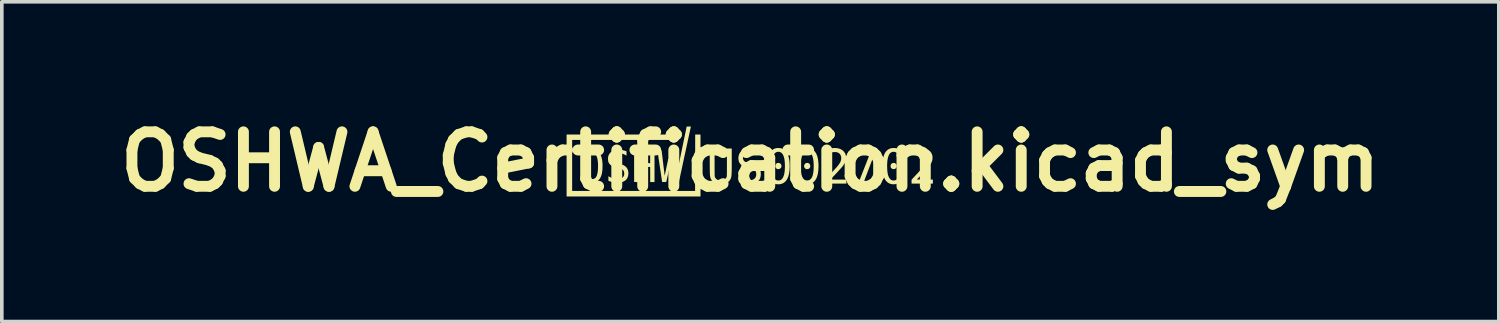
<source format=kicad_pcb>
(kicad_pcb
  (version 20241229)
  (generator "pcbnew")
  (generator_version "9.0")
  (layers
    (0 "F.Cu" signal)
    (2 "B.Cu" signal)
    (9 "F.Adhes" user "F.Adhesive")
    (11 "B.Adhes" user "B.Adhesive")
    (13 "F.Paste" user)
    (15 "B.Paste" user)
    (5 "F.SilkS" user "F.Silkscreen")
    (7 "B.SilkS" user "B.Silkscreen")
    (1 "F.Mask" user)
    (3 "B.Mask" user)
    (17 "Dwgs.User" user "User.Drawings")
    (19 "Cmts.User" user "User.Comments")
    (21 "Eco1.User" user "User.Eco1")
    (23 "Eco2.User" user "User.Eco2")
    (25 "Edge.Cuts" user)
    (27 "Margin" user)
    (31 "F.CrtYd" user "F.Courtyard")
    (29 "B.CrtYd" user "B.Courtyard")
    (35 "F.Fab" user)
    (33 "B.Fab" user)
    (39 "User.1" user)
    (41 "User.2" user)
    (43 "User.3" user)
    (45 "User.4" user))
  (footprint "OSHWA_Certification.kicad_sym"
    (layer "F.Cu")
    (at 17.621 1.404)
    (property "Reference" "OSHWA_Certification.kicad_sym" (at 0 0 0) (layer "F.SilkS") (effects (font (size 1.5 1.5) (thickness 0.3))))
    (attr board_only exclude_from_pos_files exclude_from_bom)
    (fp_poly (pts (xy 1.591 0.037) (xy 1.607 0.043) (xy 1.622 0.053) (xy 1.628 0.059) (xy 1.64 0.074) (xy 1.648 0.09) (xy 1.652 0.107) (xy 1.652 0.12) (xy 1.651 0.14) (xy 1.646 0.156) (xy 1.638 0.17) (xy 1.628 0.181) (xy 1.615 0.192) (xy 1.603 0.199) (xy 1.589 0.203) (xy 1.572 0.205) (xy 1.569 0.205) (xy 1.557 0.206) (xy 1.547 0.205) (xy 1.54 0.203) (xy 1.532 0.2) (xy 1.531 0.2) (xy 1.513 0.188) (xy 1.499 0.173) (xy 1.489 0.156) (xy 1.483 0.137) (xy 1.482 0.116) (xy 1.486 0.096) (xy 1.494 0.077) (xy 1.506 0.06) (xy 1.52 0.047) (xy 1.536 0.039) (xy 1.554 0.035) (xy 1.572 0.035)) (stroke (width 0) (type solid)) (fill yes) (layer "F.SilkS"))
    (fp_poly (pts (xy -2.027 -0.673) (xy -2.027 -0.598) (xy -3.467 -0.598) (xy -4.908 -0.598) (xy -4.908 0.104) (xy -4.908 0.807) (xy -3.215 0.807) (xy -1.521 0.807) (xy -1.521 0.586) (xy -1.521 0.56) (xy -1.521 0.529) (xy -1.521 0.493) (xy -1.521 0.452) (xy -1.521 0.408) (xy -1.521 0.36) (xy -1.521 0.309) (xy -1.521 0.255) (xy -1.521 0.2) (xy -1.52 0.142) (xy -1.52 0.083) (xy -1.52 0.024) (xy -1.52 -0.037) (xy -1.52 -0.097) (xy -1.52 -0.157) (xy -1.519 -0.191) (xy -1.518 -0.748) (xy -1.445 -0.748) (xy -1.372 -0.748) (xy -1.372 0.106) (xy -1.372 0.959) (xy -3.216 0.959) (xy -5.061 0.959) (xy -5.061 0.106) (xy -5.061 -0.748) (xy -3.544 -0.748) (xy -2.027 -0.748)) (stroke (width 0) (type solid)) (fill yes) (layer "F.SilkS"))
    (fp_poly (pts (xy 3.964 0.035) (xy 3.983 0.04) (xy 4 0.05) (xy 4.005 0.055) (xy 4.018 0.069) (xy 4.027 0.083) (xy 4.033 0.099) (xy 4.033 0.103) (xy 4.035 0.124) (xy 4.032 0.145) (xy 4.023 0.164) (xy 4.01 0.181) (xy 3.993 0.195) (xy 3.985 0.199) (xy 3.974 0.203) (xy 3.959 0.205) (xy 3.943 0.206) (xy 3.928 0.204) (xy 3.916 0.201) (xy 3.915 0.2) (xy 3.896 0.189) (xy 3.881 0.174) (xy 3.873 0.163) (xy 3.869 0.155) (xy 3.867 0.148) (xy 3.866 0.139) (xy 3.866 0.128) (xy 3.866 0.121) (xy 3.866 0.105) (xy 3.868 0.092) (xy 3.872 0.081) (xy 3.879 0.07) (xy 3.887 0.061) (xy 3.901 0.048) (xy 3.915 0.04) (xy 3.933 0.035) (xy 3.942 0.034)) (stroke (width 0) (type solid)) (fill yes) (layer "F.SilkS"))
    (fp_poly (pts (xy 0.788 0.035) (xy 0.805 0.039) (xy 0.822 0.049) (xy 0.832 0.057) (xy 0.845 0.073) (xy 0.854 0.09) (xy 0.858 0.109) (xy 0.859 0.12) (xy 0.857 0.14) (xy 0.851 0.158) (xy 0.84 0.174) (xy 0.833 0.181) (xy 0.817 0.194) (xy 0.799 0.202) (xy 0.778 0.206) (xy 0.771 0.206) (xy 0.76 0.205) (xy 0.749 0.204) (xy 0.743 0.202) (xy 0.73 0.196) (xy 0.717 0.186) (xy 0.705 0.174) (xy 0.697 0.162) (xy 0.697 0.162) (xy 0.694 0.154) (xy 0.692 0.147) (xy 0.69 0.138) (xy 0.69 0.126) (xy 0.69 0.121) (xy 0.691 0.105) (xy 0.693 0.092) (xy 0.697 0.081) (xy 0.704 0.07) (xy 0.712 0.061) (xy 0.725 0.048) (xy 0.74 0.04) (xy 0.757 0.035) (xy 0.767 0.034)) (stroke (width 0) (type solid)) (fill yes) (layer "F.SilkS"))
    (fp_poly (pts (xy -3.082 -0.138) (xy -3.081 0.041) (xy -2.92 0.041) (xy -2.759 0.041) (xy -2.758 -0.138) (xy -2.758 -0.316) (xy -2.698 -0.316) (xy -2.639 -0.316) (xy -2.639 0.123) (xy -2.639 0.562) (xy -2.698 0.562) (xy -2.758 0.562) (xy -2.758 0.353) (xy -2.759 0.145) (xy -2.92 0.145) (xy -3.081 0.145) (xy -3.082 0.353) (xy -3.082 0.562) (xy -3.14 0.562) (xy -3.157 0.561) (xy -3.173 0.561) (xy -3.185 0.561) (xy -3.194 0.56) (xy -3.199 0.56) (xy -3.199 0.56) (xy -3.199 0.557) (xy -3.199 0.548) (xy -3.199 0.535) (xy -3.2 0.517) (xy -3.2 0.494) (xy -3.2 0.468) (xy -3.2 0.437) (xy -3.2 0.403) (xy -3.2 0.366) (xy -3.201 0.326) (xy -3.201 0.284) (xy -3.201 0.239) (xy -3.201 0.192) (xy -3.201 0.143) (xy -3.201 0.121) (xy -3.201 -0.316) (xy -3.142 -0.316) (xy -3.082 -0.316)) (stroke (width 0) (type solid)) (fill yes) (layer "F.SilkS"))
    (fp_poly (pts (xy 3.455 -0.334) (xy 3.455 -0.307) (xy 3.298 0.108) (xy 3.28 0.156) (xy 3.262 0.202) (xy 3.246 0.246) (xy 3.229 0.29) (xy 3.214 0.331) (xy 3.199 0.37) (xy 3.185 0.406) (xy 3.173 0.439) (xy 3.161 0.47) (xy 3.151 0.496) (xy 3.143 0.519) (xy 3.136 0.537) (xy 3.13 0.551) (xy 3.127 0.561) (xy 3.126 0.563) (xy 3.111 0.602) (xy 3.043 0.603) (xy 3.024 0.603) (xy 3.007 0.603) (xy 2.993 0.603) (xy 2.983 0.603) (xy 2.976 0.602) (xy 2.975 0.602) (xy 2.976 0.599) (xy 2.979 0.591) (xy 2.984 0.579) (xy 2.99 0.562) (xy 2.998 0.541) (xy 3.008 0.516) (xy 3.019 0.487) (xy 3.032 0.456) (xy 3.045 0.421) (xy 3.06 0.383) (xy 3.076 0.343) (xy 3.092 0.301) (xy 3.109 0.257) (xy 3.127 0.211) (xy 3.141 0.176) (xy 3.307 -0.247) (xy 3.078 -0.248) (xy 2.848 -0.248) (xy 2.848 -0.305) (xy 2.848 -0.361) (xy 3.151 -0.361) (xy 3.455 -0.361)) (stroke (width 0) (type solid)) (fill yes) (layer "F.SilkS"))
    (fp_poly (pts (xy 4.725 -0.376) (xy 4.746 -0.375) (xy 4.764 -0.374) (xy 4.771 -0.373) (xy 4.813 -0.365) (xy 4.85 -0.353) (xy 4.884 -0.337) (xy 4.915 -0.317) (xy 4.943 -0.293) (xy 4.955 -0.282) (xy 4.967 -0.268) (xy 4.977 -0.256) (xy 4.985 -0.244) (xy 4.992 -0.229) (xy 4.993 -0.227) (xy 5.004 -0.203) (xy 5.012 -0.181) (xy 5.017 -0.158) (xy 5.02 -0.133) (xy 5.02 -0.117) (xy 5.02 -0.085) (xy 5.016 -0.053) (xy 5.009 -0.021) (xy 4.997 0.01) (xy 4.982 0.042) (xy 4.962 0.075) (xy 4.938 0.11) (xy 4.909 0.147) (xy 4.893 0.165) (xy 4.879 0.181) (xy 4.861 0.202) (xy 4.84 0.225) (xy 4.815 0.251) (xy 4.789 0.28) (xy 4.76 0.311) (xy 4.73 0.343) (xy 4.698 0.377) (xy 4.665 0.412) (xy 4.65 0.427) (xy 4.589 0.492) (xy 4.809 0.493) (xy 5.03 0.494) (xy 5.03 0.549) (xy 5.03 0.604) (xy 4.736 0.604) (xy 4.443 0.604) (xy 4.443 0.55) (xy 4.443 0.497) (xy 4.542 0.39) (xy 4.579 0.351) (xy 4.612 0.316) (xy 4.641 0.284) (xy 4.668 0.256) (xy 4.691 0.23) (xy 4.712 0.207) (xy 4.731 0.187) (xy 4.747 0.168) (xy 4.762 0.152) (xy 4.774 0.137) (xy 4.786 0.123) (xy 4.796 0.11) (xy 4.806 0.098) (xy 4.814 0.086) (xy 4.823 0.075) (xy 4.831 0.063) (xy 4.837 0.053) (xy 4.852 0.029) (xy 4.865 0.003) (xy 4.876 -0.023) (xy 4.881 -0.039) (xy 4.885 -0.06) (xy 4.887 -0.085) (xy 4.886 -0.11) (xy 4.884 -0.134) (xy 4.881 -0.151) (xy 4.87 -0.178) (xy 4.856 -0.203) (xy 4.838 -0.223) (xy 4.815 -0.24) (xy 4.789 -0.252) (xy 4.76 -0.261) (xy 4.727 -0.265) (xy 4.712 -0.266) (xy 4.674 -0.264) (xy 4.635 -0.257) (xy 4.595 -0.247) (xy 4.554 -0.232) (xy 4.511 -0.212) (xy 4.47 -0.191) (xy 4.451 -0.18) (xy 4.451 -0.247) (xy 4.451 -0.313) (xy 4.467 -0.321) (xy 4.499 -0.334) (xy 4.532 -0.346) (xy 4.567 -0.356) (xy 4.601 -0.365) (xy 4.632 -0.371) (xy 4.643 -0.373) (xy 4.66 -0.374) (xy 4.68 -0.375) (xy 4.702 -0.376)) (stroke (width 0) (type solid)) (fill yes) (layer "F.SilkS"))
    (fp_poly (pts (xy 2.359 -0.375) (xy 2.401 -0.37) (xy 2.439 -0.362) (xy 2.474 -0.351) (xy 2.506 -0.336) (xy 2.536 -0.316) (xy 2.54 -0.313) (xy 2.567 -0.29) (xy 2.59 -0.262) (xy 2.61 -0.232) (xy 2.625 -0.198) (xy 2.631 -0.179) (xy 2.634 -0.17) (xy 2.635 -0.161) (xy 2.636 -0.151) (xy 2.637 -0.139) (xy 2.637 -0.123) (xy 2.637 -0.107) (xy 2.637 -0.088) (xy 2.637 -0.074) (xy 2.636 -0.062) (xy 2.635 -0.052) (xy 2.633 -0.043) (xy 2.631 -0.034) (xy 2.622 -0.005) (xy 2.609 0.024) (xy 2.593 0.054) (xy 2.573 0.086) (xy 2.549 0.119) (xy 2.521 0.154) (xy 2.509 0.168) (xy 2.499 0.179) (xy 2.486 0.194) (xy 2.47 0.212) (xy 2.451 0.232) (xy 2.431 0.254) (xy 2.41 0.277) (xy 2.387 0.302) (xy 2.365 0.326) (xy 2.342 0.35) (xy 2.321 0.373) (xy 2.3 0.394) (xy 2.286 0.409) (xy 2.271 0.425) (xy 2.257 0.44) (xy 2.244 0.454) (xy 2.233 0.465) (xy 2.224 0.474) (xy 2.219 0.48) (xy 2.219 0.48) (xy 2.207 0.494) (xy 2.427 0.494) (xy 2.648 0.494) (xy 2.648 0.549) (xy 2.648 0.604) (xy 2.355 0.604) (xy 2.063 0.604) (xy 2.063 0.548) (xy 2.063 0.492) (xy 2.073 0.482) (xy 2.078 0.478) (xy 2.087 0.469) (xy 2.098 0.457) (xy 2.112 0.442) (xy 2.128 0.425) (xy 2.146 0.406) (xy 2.165 0.385) (xy 2.186 0.363) (xy 2.207 0.34) (xy 2.229 0.317) (xy 2.25 0.294) (xy 2.271 0.271) (xy 2.291 0.249) (xy 2.31 0.229) (xy 2.327 0.21) (xy 2.342 0.194) (xy 2.354 0.18) (xy 2.364 0.17) (xy 2.368 0.165) (xy 2.398 0.131) (xy 2.423 0.099) (xy 2.445 0.07) (xy 2.462 0.043) (xy 2.477 0.017) (xy 2.488 -0.007) (xy 2.496 -0.031) (xy 2.502 -0.055) (xy 2.505 -0.079) (xy 2.505 -0.085) (xy 2.505 -0.117) (xy 2.5 -0.148) (xy 2.49 -0.175) (xy 2.476 -0.2) (xy 2.458 -0.221) (xy 2.436 -0.238) (xy 2.41 -0.252) (xy 2.381 -0.261) (xy 2.379 -0.261) (xy 2.353 -0.265) (xy 2.324 -0.265) (xy 2.292 -0.263) (xy 2.259 -0.259) (xy 2.226 -0.251) (xy 2.226 -0.251) (xy 2.201 -0.243) (xy 2.174 -0.233) (xy 2.144 -0.219) (xy 2.112 -0.203) (xy 2.069 -0.181) (xy 2.069 -0.247) (xy 2.069 -0.313) (xy 2.082 -0.319) (xy 2.136 -0.341) (xy 2.189 -0.357) (xy 2.24 -0.369) (xy 2.291 -0.375) (xy 2.34 -0.376)) (stroke (width 0) (type solid)) (fill yes) (layer "F.SilkS"))
    (fp_poly (pts (xy -0.984 0.015) (xy -0.984 0.077) (xy -0.984 0.134) (xy -0.984 0.185) (xy -0.983 0.231) (xy -0.983 0.271) (xy -0.983 0.306) (xy -0.982 0.336) (xy -0.982 0.36) (xy -0.981 0.379) (xy -0.981 0.393) (xy -0.98 0.402) (xy -0.98 0.405) (xy -0.973 0.428) (xy -0.96 0.451) (xy -0.945 0.47) (xy -0.926 0.487) (xy -0.922 0.49) (xy -0.899 0.501) (xy -0.874 0.509) (xy -0.845 0.514) (xy -0.816 0.516) (xy -0.787 0.515) (xy -0.758 0.51) (xy -0.733 0.503) (xy -0.721 0.498) (xy -0.698 0.483) (xy -0.678 0.464) (xy -0.662 0.443) (xy -0.657 0.432) (xy -0.655 0.428) (xy -0.653 0.424) (xy -0.652 0.419) (xy -0.651 0.415) (xy -0.649 0.409) (xy -0.648 0.402) (xy -0.648 0.394) (xy -0.647 0.384) (xy -0.646 0.372) (xy -0.646 0.358) (xy -0.645 0.341) (xy -0.645 0.322) (xy -0.644 0.299) (xy -0.644 0.273) (xy -0.644 0.243) (xy -0.644 0.208) (xy -0.644 0.17) (xy -0.644 0.127) (xy -0.644 0.079) (xy -0.644 0.025) (xy -0.644 0.008) (xy -0.644 -0.361) (xy -0.577 -0.361) (xy -0.511 -0.361) (xy -0.511 -0.061) (xy -0.511 -0.001) (xy -0.511 0.053) (xy -0.511 0.103) (xy -0.511 0.148) (xy -0.512 0.188) (xy -0.512 0.224) (xy -0.513 0.257) (xy -0.514 0.286) (xy -0.515 0.311) (xy -0.516 0.334) (xy -0.517 0.354) (xy -0.518 0.372) (xy -0.52 0.388) (xy -0.522 0.402) (xy -0.524 0.414) (xy -0.526 0.426) (xy -0.529 0.437) (xy -0.532 0.447) (xy -0.534 0.453) (xy -0.547 0.484) (xy -0.564 0.513) (xy -0.587 0.539) (xy -0.613 0.562) (xy -0.643 0.582) (xy -0.676 0.598) (xy -0.712 0.611) (xy -0.739 0.617) (xy -0.757 0.619) (xy -0.779 0.621) (xy -0.803 0.622) (xy -0.827 0.622) (xy -0.848 0.622) (xy -0.862 0.621) (xy -0.903 0.614) (xy -0.941 0.602) (xy -0.977 0.587) (xy -1.01 0.566) (xy -1.039 0.542) (xy -1.053 0.528) (xy -1.064 0.514) (xy -1.074 0.496) (xy -1.085 0.476) (xy -1.093 0.456) (xy -1.1 0.436) (xy -1.101 0.433) (xy -1.103 0.425) (xy -1.105 0.416) (xy -1.106 0.408) (xy -1.108 0.399) (xy -1.109 0.389) (xy -1.11 0.378) (xy -1.112 0.366) (xy -1.112 0.352) (xy -1.113 0.336) (xy -1.114 0.318) (xy -1.114 0.297) (xy -1.115 0.273) (xy -1.115 0.246) (xy -1.116 0.215) (xy -1.116 0.18) (xy -1.116 0.141) (xy -1.117 0.097) (xy -1.117 0.048) (xy -1.117 -0.006) (xy -1.117 -0.016) (xy -1.118 -0.361) (xy -1.052 -0.361) (xy -0.985 -0.361)) (stroke (width 0) (type solid)) (fill yes) (layer "F.SilkS"))
    (fp_poly (pts (xy 4 -0.373) (xy 4.037 -0.364) (xy 4.071 -0.351) (xy 4.103 -0.333) (xy 4.131 -0.311) (xy 4.14 -0.303) (xy 4.165 -0.273) (xy 4.188 -0.24) (xy 4.207 -0.203) (xy 4.223 -0.161) (xy 4.236 -0.114) (xy 4.244 -0.08) (xy 4.251 -0.036) (xy 4.256 0.013) (xy 4.259 0.064) (xy 4.26 0.116) (xy 4.259 0.168) (xy 4.257 0.22) (xy 4.252 0.269) (xy 4.246 0.315) (xy 4.242 0.333) (xy 4.23 0.383) (xy 4.215 0.428) (xy 4.197 0.469) (xy 4.176 0.505) (xy 4.153 0.536) (xy 4.126 0.562) (xy 4.096 0.584) (xy 4.076 0.595) (xy 4.044 0.609) (xy 4.009 0.618) (xy 3.972 0.622) (xy 3.934 0.623) (xy 3.899 0.62) (xy 3.862 0.611) (xy 3.827 0.598) (xy 3.795 0.58) (xy 3.766 0.557) (xy 3.74 0.529) (xy 3.717 0.496) (xy 3.697 0.459) (xy 3.679 0.417) (xy 3.665 0.37) (xy 3.654 0.318) (xy 3.645 0.261) (xy 3.643 0.247) (xy 3.642 0.232) (xy 3.641 0.212) (xy 3.64 0.189) (xy 3.64 0.163) (xy 3.64 0.137) (xy 3.77 0.137) (xy 3.771 0.182) (xy 3.773 0.225) (xy 3.777 0.266) (xy 3.782 0.302) (xy 3.782 0.306) (xy 3.789 0.343) (xy 3.798 0.377) (xy 3.809 0.408) (xy 3.821 0.434) (xy 3.823 0.439) (xy 3.832 0.452) (xy 3.843 0.466) (xy 3.855 0.48) (xy 3.868 0.492) (xy 3.88 0.501) (xy 3.886 0.505) (xy 3.908 0.513) (xy 3.933 0.518) (xy 3.96 0.518) (xy 3.981 0.515) (xy 4.006 0.507) (xy 4.029 0.494) (xy 4.049 0.475) (xy 4.067 0.452) (xy 4.083 0.423) (xy 4.097 0.39) (xy 4.108 0.351) (xy 4.116 0.308) (xy 4.118 0.296) (xy 4.123 0.253) (xy 4.127 0.209) (xy 4.129 0.161) (xy 4.129 0.109) (xy 4.129 0.092) (xy 4.126 0.037) (xy 4.122 -0.013) (xy 4.117 -0.058) (xy 4.109 -0.099) (xy 4.1 -0.135) (xy 4.088 -0.167) (xy 4.074 -0.195) (xy 4.059 -0.219) (xy 4.041 -0.238) (xy 4.02 -0.253) (xy 3.996 -0.264) (xy 3.971 -0.271) (xy 3.944 -0.272) (xy 3.928 -0.271) (xy 3.902 -0.265) (xy 3.879 -0.253) (xy 3.858 -0.238) (xy 3.839 -0.217) (xy 3.823 -0.192) (xy 3.809 -0.161) (xy 3.797 -0.126) (xy 3.787 -0.085) (xy 3.779 -0.04) (xy 3.778 -0.031) (xy 3.774 0.006) (xy 3.772 0.048) (xy 3.77 0.092) (xy 3.77 0.137) (xy 3.64 0.137) (xy 3.64 0.136) (xy 3.64 0.108) (xy 3.64 0.08) (xy 3.64 0.055) (xy 3.641 0.031) (xy 3.642 0.012) (xy 3.643 -0.003) (xy 3.646 -0.026) (xy 3.65 -0.052) (xy 3.655 -0.078) (xy 3.661 -0.105) (xy 3.667 -0.129) (xy 3.672 -0.151) (xy 3.677 -0.164) (xy 3.694 -0.206) (xy 3.713 -0.244) (xy 3.736 -0.277) (xy 3.762 -0.306) (xy 3.79 -0.329) (xy 3.82 -0.348) (xy 3.853 -0.362) (xy 3.86 -0.364) (xy 3.872 -0.368) (xy 3.882 -0.37) (xy 3.891 -0.372) (xy 3.9 -0.373) (xy 3.913 -0.375) (xy 3.92 -0.375) (xy 3.961 -0.377)) (stroke (width 0) (type solid)) (fill yes) (layer "F.SilkS"))
    (fp_poly (pts (xy 1.587 -0.376) (xy 1.597 -0.375) (xy 1.636 -0.369) (xy 1.671 -0.359) (xy 1.704 -0.344) (xy 1.733 -0.325) (xy 1.757 -0.304) (xy 1.782 -0.275) (xy 1.803 -0.244) (xy 1.822 -0.209) (xy 1.838 -0.17) (xy 1.852 -0.126) (xy 1.856 -0.109) (xy 1.864 -0.071) (xy 1.87 -0.029) (xy 1.875 0.016) (xy 1.878 0.063) (xy 1.879 0.111) (xy 1.879 0.158) (xy 1.877 0.186) (xy 1.874 0.237) (xy 1.869 0.283) (xy 1.862 0.325) (xy 1.854 0.363) (xy 1.844 0.398) (xy 1.833 0.431) (xy 1.819 0.462) (xy 1.817 0.466) (xy 1.796 0.503) (xy 1.772 0.534) (xy 1.745 0.561) (xy 1.716 0.583) (xy 1.684 0.6) (xy 1.648 0.613) (xy 1.639 0.615) (xy 1.624 0.618) (xy 1.605 0.62) (xy 1.585 0.622) (xy 1.564 0.623) (xy 1.544 0.622) (xy 1.528 0.621) (xy 1.524 0.621) (xy 1.485 0.612) (xy 1.45 0.6) (xy 1.419 0.583) (xy 1.39 0.561) (xy 1.364 0.535) (xy 1.341 0.504) (xy 1.32 0.468) (xy 1.314 0.456) (xy 1.301 0.427) (xy 1.29 0.395) (xy 1.281 0.361) (xy 1.273 0.323) (xy 1.266 0.28) (xy 1.264 0.267) (xy 1.262 0.246) (xy 1.26 0.22) (xy 1.258 0.191) (xy 1.258 0.16) (xy 1.257 0.143) (xy 1.389 0.143) (xy 1.389 0.185) (xy 1.391 0.225) (xy 1.394 0.262) (xy 1.398 0.294) (xy 1.399 0.297) (xy 1.407 0.342) (xy 1.418 0.382) (xy 1.431 0.416) (xy 1.446 0.446) (xy 1.464 0.471) (xy 1.484 0.491) (xy 1.506 0.505) (xy 1.53 0.515) (xy 1.557 0.519) (xy 1.585 0.518) (xy 1.596 0.516) (xy 1.619 0.509) (xy 1.642 0.497) (xy 1.663 0.479) (xy 1.665 0.477) (xy 1.683 0.456) (xy 1.699 0.43) (xy 1.712 0.399) (xy 1.723 0.363) (xy 1.732 0.322) (xy 1.739 0.276) (xy 1.744 0.225) (xy 1.746 0.169) (xy 1.747 0.123) (xy 1.746 0.062) (xy 1.743 0.007) (xy 1.737 -0.043) (xy 1.729 -0.089) (xy 1.719 -0.129) (xy 1.707 -0.164) (xy 1.693 -0.195) (xy 1.676 -0.22) (xy 1.658 -0.239) (xy 1.637 -0.254) (xy 1.613 -0.265) (xy 1.588 -0.271) (xy 1.562 -0.273) (xy 1.536 -0.269) (xy 1.512 -0.261) (xy 1.489 -0.248) (xy 1.48 -0.241) (xy 1.461 -0.222) (xy 1.445 -0.198) (xy 1.43 -0.169) (xy 1.418 -0.136) (xy 1.408 -0.099) (xy 1.4 -0.058) (xy 1.399 -0.052) (xy 1.395 -0.019) (xy 1.392 0.018) (xy 1.39 0.059) (xy 1.389 0.101) (xy 1.389 0.143) (xy 1.257 0.143) (xy 1.257 0.128) (xy 1.257 0.095) (xy 1.258 0.064) (xy 1.259 0.035) (xy 1.26 0.009) (xy 1.263 -0.012) (xy 1.263 -0.013) (xy 1.271 -0.067) (xy 1.282 -0.117) (xy 1.294 -0.161) (xy 1.31 -0.202) (xy 1.327 -0.237) (xy 1.348 -0.269) (xy 1.371 -0.297) (xy 1.373 -0.299) (xy 1.397 -0.321) (xy 1.423 -0.34) (xy 1.452 -0.354) (xy 1.484 -0.366) (xy 1.502 -0.371) (xy 1.514 -0.373) (xy 1.531 -0.375) (xy 1.549 -0.376) (xy 1.569 -0.376)) (stroke (width 0) (type solid)) (fill yes) (layer "F.SilkS"))
    (fp_poly (pts (xy 0.8 -0.375) (xy 0.824 -0.372) (xy 0.846 -0.369) (xy 0.852 -0.367) (xy 0.888 -0.355) (xy 0.92 -0.338) (xy 0.95 -0.316) (xy 0.977 -0.289) (xy 1.001 -0.258) (xy 1.022 -0.222) (xy 1.04 -0.181) (xy 1.055 -0.136) (xy 1.067 -0.087) (xy 1.068 -0.08) (xy 1.076 -0.034) (xy 1.081 0.016) (xy 1.084 0.069) (xy 1.085 0.123) (xy 1.084 0.178) (xy 1.081 0.231) (xy 1.075 0.282) (xy 1.071 0.312) (xy 1.06 0.363) (xy 1.047 0.409) (xy 1.03 0.452) (xy 1.01 0.489) (xy 0.987 0.523) (xy 0.961 0.551) (xy 0.933 0.575) (xy 0.901 0.594) (xy 0.867 0.609) (xy 0.83 0.618) (xy 0.791 0.623) (xy 0.77 0.623) (xy 0.755 0.623) (xy 0.739 0.622) (xy 0.724 0.62) (xy 0.722 0.619) (xy 0.684 0.61) (xy 0.65 0.597) (xy 0.618 0.578) (xy 0.589 0.555) (xy 0.563 0.527) (xy 0.54 0.494) (xy 0.521 0.459) (xy 0.506 0.422) (xy 0.492 0.381) (xy 0.482 0.338) (xy 0.476 0.306) (xy 0.473 0.287) (xy 0.47 0.27) (xy 0.469 0.256) (xy 0.467 0.241) (xy 0.466 0.227) (xy 0.465 0.212) (xy 0.465 0.194) (xy 0.464 0.174) (xy 0.464 0.15) (xy 0.464 0.123) (xy 0.464 0.12) (xy 0.594 0.12) (xy 0.595 0.166) (xy 0.597 0.21) (xy 0.6 0.253) (xy 0.604 0.292) (xy 0.61 0.327) (xy 0.613 0.34) (xy 0.623 0.38) (xy 0.636 0.415) (xy 0.652 0.445) (xy 0.67 0.47) (xy 0.69 0.491) (xy 0.713 0.506) (xy 0.716 0.508) (xy 0.732 0.513) (xy 0.751 0.517) (xy 0.772 0.518) (xy 0.793 0.517) (xy 0.806 0.515) (xy 0.831 0.507) (xy 0.853 0.494) (xy 0.874 0.475) (xy 0.892 0.452) (xy 0.908 0.423) (xy 0.921 0.389) (xy 0.932 0.35) (xy 0.932 0.35) (xy 0.94 0.315) (xy 0.945 0.276) (xy 0.95 0.233) (xy 0.952 0.187) (xy 0.954 0.139) (xy 0.953 0.09) (xy 0.953 0.087) (xy 0.951 0.037) (xy 0.948 -0.008) (xy 0.943 -0.048) (xy 0.937 -0.085) (xy 0.929 -0.118) (xy 0.919 -0.148) (xy 0.908 -0.175) (xy 0.906 -0.179) (xy 0.891 -0.207) (xy 0.872 -0.23) (xy 0.851 -0.248) (xy 0.828 -0.261) (xy 0.804 -0.27) (xy 0.777 -0.273) (xy 0.753 -0.271) (xy 0.726 -0.264) (xy 0.703 -0.253) (xy 0.681 -0.236) (xy 0.662 -0.214) (xy 0.645 -0.187) (xy 0.631 -0.155) (xy 0.619 -0.118) (xy 0.611 -0.085) (xy 0.605 -0.05) (xy 0.6 -0.011) (xy 0.597 0.031) (xy 0.595 0.075) (xy 0.594 0.12) (xy 0.464 0.12) (xy 0.464 0.094) (xy 0.465 0.07) (xy 0.465 0.05) (xy 0.465 0.033) (xy 0.466 0.017) (xy 0.467 0.003) (xy 0.469 -0.011) (xy 0.471 -0.026) (xy 0.473 -0.043) (xy 0.476 -0.061) (xy 0.487 -0.115) (xy 0.502 -0.165) (xy 0.521 -0.212) (xy 0.526 -0.221) (xy 0.546 -0.257) (xy 0.568 -0.287) (xy 0.593 -0.313) (xy 0.622 -0.335) (xy 0.653 -0.352) (xy 0.689 -0.365) (xy 0.708 -0.371) (xy 0.727 -0.374) (xy 0.75 -0.376) (xy 0.774 -0.376)) (stroke (width 0) (type solid)) (fill yes) (layer "F.SilkS"))
    (fp_poly (pts (xy 0.026 -0.375) (xy 0.073 -0.37) (xy 0.12 -0.361) (xy 0.168 -0.349) (xy 0.215 -0.334) (xy 0.219 -0.332) (xy 0.234 -0.327) (xy 0.234 -0.261) (xy 0.234 -0.242) (xy 0.234 -0.226) (xy 0.234 -0.212) (xy 0.234 -0.202) (xy 0.233 -0.196) (xy 0.233 -0.195) (xy 0.231 -0.196) (xy 0.224 -0.2) (xy 0.214 -0.205) (xy 0.203 -0.212) (xy 0.2 -0.213) (xy 0.165 -0.231) (xy 0.129 -0.246) (xy 0.092 -0.257) (xy 0.057 -0.265) (xy 0.021 -0.269) (xy -0.013 -0.27) (xy -0.045 -0.267) (xy -0.076 -0.262) (xy -0.104 -0.253) (xy -0.129 -0.24) (xy -0.152 -0.225) (xy -0.17 -0.207) (xy -0.185 -0.185) (xy -0.195 -0.161) (xy -0.2 -0.135) (xy -0.202 -0.108) (xy -0.2 -0.082) (xy -0.193 -0.057) (xy -0.189 -0.047) (xy -0.181 -0.032) (xy -0.17 -0.018) (xy -0.156 -0.006) (xy -0.138 0.005) (xy -0.117 0.015) (xy -0.092 0.025) (xy -0.063 0.034) (xy -0.028 0.043) (xy -0.006 0.048) (xy 0.035 0.058) (xy 0.071 0.068) (xy 0.103 0.078) (xy 0.13 0.089) (xy 0.155 0.101) (xy 0.177 0.114) (xy 0.197 0.128) (xy 0.209 0.137) (xy 0.222 0.151) (xy 0.236 0.167) (xy 0.249 0.185) (xy 0.26 0.203) (xy 0.264 0.21) (xy 0.275 0.24) (xy 0.284 0.274) (xy 0.288 0.31) (xy 0.29 0.347) (xy 0.287 0.384) (xy 0.281 0.42) (xy 0.272 0.453) (xy 0.263 0.476) (xy 0.245 0.506) (xy 0.222 0.533) (xy 0.196 0.557) (xy 0.165 0.578) (xy 0.131 0.595) (xy 0.105 0.604) (xy 0.071 0.613) (xy 0.033 0.619) (xy -0.007 0.622) (xy -0.049 0.623) (xy -0.092 0.621) (xy -0.11 0.619) (xy -0.165 0.611) (xy -0.218 0.599) (xy -0.269 0.584) (xy -0.303 0.57) (xy -0.316 0.565) (xy -0.316 0.495) (xy -0.316 0.426) (xy -0.306 0.432) (xy -0.264 0.455) (xy -0.226 0.474) (xy -0.19 0.489) (xy -0.154 0.501) (xy -0.119 0.509) (xy -0.083 0.514) (xy -0.056 0.516) (xy -0.015 0.515) (xy 0.021 0.511) (xy 0.054 0.502) (xy 0.083 0.49) (xy 0.108 0.473) (xy 0.124 0.458) (xy 0.141 0.438) (xy 0.152 0.416) (xy 0.16 0.391) (xy 0.164 0.364) (xy 0.164 0.347) (xy 0.162 0.317) (xy 0.157 0.29) (xy 0.147 0.267) (xy 0.133 0.247) (xy 0.115 0.229) (xy 0.091 0.214) (xy 0.063 0.201) (xy 0.054 0.198) (xy 0.045 0.194) (xy 0.031 0.19) (xy 0.014 0.186) (xy -0.005 0.181) (xy -0.025 0.176) (xy -0.034 0.174) (xy -0.054 0.169) (xy -0.074 0.164) (xy -0.093 0.159) (xy -0.108 0.155) (xy -0.12 0.152) (xy -0.124 0.151) (xy -0.166 0.136) (xy -0.203 0.119) (xy -0.235 0.099) (xy -0.263 0.076) (xy -0.285 0.051) (xy -0.302 0.023) (xy -0.312 0.002) (xy -0.321 -0.029) (xy -0.326 -0.064) (xy -0.327 -0.099) (xy -0.325 -0.135) (xy -0.318 -0.17) (xy -0.308 -0.203) (xy -0.3 -0.221) (xy -0.281 -0.253) (xy -0.258 -0.282) (xy -0.23 -0.308) (xy -0.199 -0.33) (xy -0.165 -0.348) (xy -0.14 -0.358) (xy -0.103 -0.368) (xy -0.063 -0.374) (xy -0.019 -0.376)) (stroke (width 0) (type solid)) (fill yes) (layer "F.SilkS"))
    (fp_poly (pts (xy -4.341 -0.331) (xy -4.314 -0.328) (xy -4.291 -0.324) (xy -4.286 -0.323) (xy -4.275 -0.32) (xy -4.261 -0.315) (xy -4.246 -0.309) (xy -4.237 -0.304) (xy -4.224 -0.298) (xy -4.214 -0.292) (xy -4.205 -0.285) (xy -4.196 -0.278) (xy -4.185 -0.267) (xy -4.179 -0.261) (xy -4.157 -0.237) (xy -4.139 -0.212) (xy -4.123 -0.184) (xy -4.11 -0.152) (xy -4.098 -0.116) (xy -4.096 -0.106) (xy -4.086 -0.065) (xy -4.079 -0.021) (xy -4.074 0.027) (xy -4.071 0.077) (xy -4.071 0.127) (xy -4.072 0.177) (xy -4.075 0.227) (xy -4.08 0.273) (xy -4.088 0.317) (xy -4.094 0.347) (xy -4.108 0.391) (xy -4.124 0.43) (xy -4.143 0.465) (xy -4.165 0.494) (xy -4.189 0.519) (xy -4.216 0.54) (xy -4.247 0.556) (xy -4.266 0.563) (xy -4.297 0.571) (xy -4.331 0.576) (xy -4.366 0.578) (xy -4.4 0.577) (xy -4.419 0.574) (xy -4.456 0.565) (xy -4.489 0.552) (xy -4.519 0.534) (xy -4.546 0.512) (xy -4.57 0.486) (xy -4.59 0.455) (xy -4.608 0.419) (xy -4.624 0.379) (xy -4.636 0.336) (xy -4.639 0.321) (xy -4.642 0.305) (xy -4.645 0.287) (xy -4.648 0.266) (xy -4.65 0.246) (xy -4.652 0.232) (xy -4.653 0.213) (xy -4.654 0.192) (xy -4.654 0.168) (xy -4.655 0.142) (xy -4.655 0.134) (xy -4.53 0.134) (xy -4.53 0.162) (xy -4.529 0.189) (xy -4.529 0.214) (xy -4.528 0.235) (xy -4.526 0.251) (xy -4.526 0.254) (xy -4.521 0.292) (xy -4.515 0.325) (xy -4.509 0.354) (xy -4.501 0.378) (xy -4.492 0.4) (xy -4.481 0.418) (xy -4.469 0.434) (xy -4.467 0.436) (xy -4.45 0.453) (xy -4.431 0.465) (xy -4.411 0.473) (xy -4.387 0.478) (xy -4.36 0.479) (xy -4.355 0.479) (xy -4.341 0.478) (xy -4.33 0.478) (xy -4.321 0.476) (xy -4.314 0.474) (xy -4.305 0.47) (xy -4.303 0.469) (xy -4.292 0.463) (xy -4.28 0.456) (xy -4.272 0.45) (xy -4.256 0.434) (xy -4.243 0.413) (xy -4.23 0.387) (xy -4.22 0.356) (xy -4.216 0.341) (xy -4.208 0.305) (xy -4.202 0.265) (xy -4.198 0.222) (xy -4.196 0.177) (xy -4.195 0.13) (xy -4.195 0.083) (xy -4.197 0.036) (xy -4.201 -0.008) (xy -4.207 -0.05) (xy -4.212 -0.077) (xy -4.221 -0.113) (xy -4.232 -0.144) (xy -4.245 -0.17) (xy -4.261 -0.192) (xy -4.28 -0.209) (xy -4.301 -0.221) (xy -4.323 -0.229) (xy -4.353 -0.234) (xy -4.383 -0.233) (xy -4.405 -0.229) (xy -4.427 -0.221) (xy -4.446 -0.21) (xy -4.463 -0.195) (xy -4.478 -0.177) (xy -4.491 -0.154) (xy -4.502 -0.127) (xy -4.511 -0.096) (xy -4.519 -0.059) (xy -4.525 -0.017) (xy -4.526 -0.008) (xy -4.527 0.007) (xy -4.528 0.027) (xy -4.529 0.051) (xy -4.53 0.078) (xy -4.53 0.106) (xy -4.53 0.134) (xy -4.655 0.134) (xy -4.655 0.116) (xy -4.655 0.091) (xy -4.655 0.066) (xy -4.654 0.045) (xy -4.653 0.026) (xy -4.652 0.012) (xy -4.652 0.008) (xy -4.649 -0.014) (xy -4.646 -0.033) (xy -4.643 -0.049) (xy -4.641 -0.062) (xy -4.638 -0.076) (xy -4.636 -0.086) (xy -4.625 -0.126) (xy -4.613 -0.162) (xy -4.599 -0.193) (xy -4.583 -0.221) (xy -4.564 -0.246) (xy -4.543 -0.267) (xy -4.516 -0.289) (xy -4.487 -0.306) (xy -4.455 -0.319) (xy -4.42 -0.327) (xy -4.393 -0.33) (xy -4.367 -0.331)) (stroke (width 0) (type solid)) (fill yes) (layer "F.SilkS"))
    (fp_poly (pts (xy -3.612 -0.33) (xy -3.596 -0.33) (xy -3.582 -0.329) (xy -3.57 -0.328) (xy -3.556 -0.325) (xy -3.539 -0.322) (xy -3.537 -0.322) (xy -3.518 -0.318) (xy -3.497 -0.312) (xy -3.475 -0.307) (xy -3.454 -0.301) (xy -3.436 -0.295) (xy -3.42 -0.289) (xy -3.416 -0.288) (xy -3.414 -0.287) (xy -3.412 -0.285) (xy -3.411 -0.282) (xy -3.41 -0.278) (xy -3.41 -0.27) (xy -3.41 -0.259) (xy -3.41 -0.243) (xy -3.41 -0.226) (xy -3.41 -0.208) (xy -3.41 -0.193) (xy -3.41 -0.18) (xy -3.411 -0.171) (xy -3.411 -0.167) (xy -3.411 -0.166) (xy -3.414 -0.168) (xy -3.421 -0.171) (xy -3.429 -0.176) (xy -3.43 -0.176) (xy -3.442 -0.184) (xy -3.458 -0.192) (xy -3.476 -0.2) (xy -3.492 -0.208) (xy -3.507 -0.214) (xy -3.513 -0.216) (xy -3.541 -0.224) (xy -3.572 -0.229) (xy -3.603 -0.233) (xy -3.634 -0.234) (xy -3.663 -0.232) (xy -3.681 -0.229) (xy -3.712 -0.22) (xy -3.739 -0.208) (xy -3.762 -0.192) (xy -3.781 -0.173) (xy -3.795 -0.15) (xy -3.804 -0.126) (xy -3.807 -0.107) (xy -3.807 -0.086) (xy -3.805 -0.064) (xy -3.801 -0.044) (xy -3.794 -0.027) (xy -3.794 -0.027) (xy -3.783 -0.011) (xy -3.766 0.004) (xy -3.745 0.018) (xy -3.718 0.03) (xy -3.687 0.041) (xy -3.651 0.05) (xy -3.647 0.051) (xy -3.603 0.061) (xy -3.565 0.071) (xy -3.531 0.082) (xy -3.501 0.094) (xy -3.475 0.107) (xy -3.452 0.122) (xy -3.432 0.138) (xy -3.418 0.152) (xy -3.402 0.171) (xy -3.388 0.194) (xy -3.376 0.218) (xy -3.372 0.231) (xy -3.363 0.269) (xy -3.359 0.308) (xy -3.36 0.348) (xy -3.366 0.387) (xy -3.372 0.412) (xy -3.38 0.435) (xy -3.392 0.458) (xy -3.407 0.48) (xy -3.423 0.5) (xy -3.44 0.515) (xy -3.443 0.518) (xy -3.47 0.535) (xy -3.497 0.549) (xy -3.526 0.56) (xy -3.558 0.568) (xy -3.594 0.574) (xy -3.633 0.577) (xy -3.652 0.577) (xy -3.671 0.577) (xy -3.689 0.577) (xy -3.706 0.577) (xy -3.719 0.576) (xy -3.727 0.575) (xy -3.766 0.569) (xy -3.806 0.561) (xy -3.844 0.55) (xy -3.878 0.539) (xy -3.892 0.534) (xy -3.909 0.527) (xy -3.909 0.466) (xy -3.909 0.448) (xy -3.909 0.432) (xy -3.909 0.418) (xy -3.908 0.409) (xy -3.908 0.404) (xy -3.908 0.403) (xy -3.905 0.403) (xy -3.898 0.406) (xy -3.89 0.411) (xy -3.85 0.433) (xy -3.809 0.451) (xy -3.768 0.465) (xy -3.727 0.474) (xy -3.687 0.48) (xy -3.648 0.481) (xy -3.612 0.477) (xy -3.596 0.474) (xy -3.566 0.465) (xy -3.541 0.453) (xy -3.52 0.439) (xy -3.502 0.42) (xy -3.498 0.414) (xy -3.484 0.39) (xy -3.476 0.364) (xy -3.473 0.336) (xy -3.474 0.308) (xy -3.478 0.287) (xy -3.483 0.27) (xy -3.489 0.255) (xy -3.498 0.241) (xy -3.5 0.239) (xy -3.508 0.229) (xy -3.516 0.22) (xy -3.527 0.213) (xy -3.539 0.205) (xy -3.554 0.199) (xy -3.572 0.192) (xy -3.593 0.185) (xy -3.619 0.178) (xy -3.649 0.171) (xy -3.678 0.164) (xy -3.702 0.158) (xy -3.726 0.151) (xy -3.752 0.142) (xy -3.758 0.14) (xy -3.793 0.127) (xy -3.824 0.11) (xy -3.851 0.09) (xy -3.873 0.069) (xy -3.891 0.045) (xy -3.898 0.033) (xy -3.907 0.013) (xy -3.913 -0.006) (xy -3.917 -0.025) (xy -3.92 -0.047) (xy -3.92 -0.071) (xy -3.92 -0.082) (xy -3.919 -0.105) (xy -3.917 -0.125) (xy -3.914 -0.141) (xy -3.91 -0.157) (xy -3.904 -0.173) (xy -3.899 -0.183) (xy -3.887 -0.207) (xy -3.872 -0.228) (xy -3.854 -0.249) (xy -3.85 -0.252) (xy -3.833 -0.269) (xy -3.816 -0.282) (xy -3.8 -0.292) (xy -3.781 -0.302) (xy -3.759 -0.31) (xy -3.748 -0.314) (xy -3.73 -0.32) (xy -3.714 -0.324) (xy -3.699 -0.327) (xy -3.684 -0.329) (xy -3.666 -0.33) (xy -3.644 -0.331) (xy -3.631 -0.331)) (stroke (width 0) (type solid)) (fill yes) (layer "F.SilkS"))
    (fp_poly (pts (xy -1.638 -0.962) (xy -1.639 -0.958) (xy -1.641 -0.948) (xy -1.644 -0.934) (xy -1.648 -0.915) (xy -1.653 -0.891) (xy -1.659 -0.863) (xy -1.666 -0.831) (xy -1.674 -0.795) (xy -1.683 -0.755) (xy -1.692 -0.712) (xy -1.702 -0.666) (xy -1.713 -0.617) (xy -1.724 -0.565) (xy -1.735 -0.511) (xy -1.748 -0.455) (xy -1.76 -0.397) (xy -1.773 -0.337) (xy -1.786 -0.275) (xy -1.8 -0.213) (xy -1.814 -0.149) (xy -1.828 -0.085) (xy -1.842 -0.02) (xy -1.856 0.046) (xy -1.863 0.079) (xy -1.874 0.13) (xy -1.884 0.179) (xy -1.895 0.226) (xy -1.904 0.272) (xy -1.914 0.315) (xy -1.923 0.356) (xy -1.931 0.393) (xy -1.938 0.428) (xy -1.945 0.459) (xy -1.951 0.486) (xy -1.956 0.509) (xy -1.96 0.528) (xy -1.963 0.543) (xy -1.965 0.552) (xy -1.966 0.556) (xy -1.966 0.557) (xy -1.967 0.558) (xy -1.969 0.56) (xy -1.973 0.56) (xy -1.98 0.561) (xy -1.991 0.561) (xy -2.005 0.562) (xy -2.024 0.562) (xy -2.08 0.562) (xy -2.087 0.531) (xy -2.088 0.524) (xy -2.091 0.511) (xy -2.095 0.494) (xy -2.1 0.473) (xy -2.106 0.448) (xy -2.112 0.421) (xy -2.119 0.39) (xy -2.126 0.358) (xy -2.134 0.323) (xy -2.142 0.288) (xy -2.145 0.273) (xy -2.153 0.238) (xy -2.161 0.205) (xy -2.168 0.174) (xy -2.175 0.145) (xy -2.181 0.119) (xy -2.186 0.097) (xy -2.19 0.078) (xy -2.194 0.063) (xy -2.197 0.053) (xy -2.198 0.047) (xy -2.198 0.047) (xy -2.199 0.049) (xy -2.201 0.057) (xy -2.204 0.07) (xy -2.208 0.087) (xy -2.213 0.108) (xy -2.219 0.133) (xy -2.225 0.161) (xy -2.232 0.191) (xy -2.239 0.224) (xy -2.248 0.259) (xy -2.256 0.296) (xy -2.258 0.304) (xy -2.316 0.56) (xy -2.372 0.561) (xy -2.392 0.561) (xy -2.407 0.561) (xy -2.418 0.561) (xy -2.424 0.56) (xy -2.428 0.559) (xy -2.429 0.558) (xy -2.429 0.555) (xy -2.431 0.546) (xy -2.433 0.533) (xy -2.435 0.516) (xy -2.439 0.495) (xy -2.442 0.471) (xy -2.446 0.444) (xy -2.451 0.415) (xy -2.455 0.384) (xy -2.457 0.371) (xy -2.464 0.325) (xy -2.471 0.277) (xy -2.478 0.23) (xy -2.485 0.182) (xy -2.492 0.135) (xy -2.499 0.089) (xy -2.506 0.043) (xy -2.512 -0.001) (xy -2.519 -0.044) (xy -2.525 -0.085) (xy -2.531 -0.123) (xy -2.536 -0.159) (xy -2.541 -0.192) (xy -2.545 -0.221) (xy -2.549 -0.247) (xy -2.553 -0.268) (xy -2.555 -0.286) (xy -2.557 -0.298) (xy -2.558 -0.306) (xy -2.559 -0.308) (xy -2.561 -0.316) (xy -2.502 -0.315) (xy -2.443 -0.315) (xy -2.402 0.035) (xy -2.397 0.078) (xy -2.392 0.121) (xy -2.387 0.161) (xy -2.382 0.199) (xy -2.378 0.234) (xy -2.374 0.267) (xy -2.37 0.296) (xy -2.367 0.322) (xy -2.365 0.344) (xy -2.362 0.361) (xy -2.361 0.374) (xy -2.36 0.382) (xy -2.359 0.385) (xy -2.358 0.383) (xy -2.357 0.375) (xy -2.354 0.364) (xy -2.35 0.348) (xy -2.346 0.33) (xy -2.342 0.309) (xy -2.337 0.286) (xy -2.336 0.281) (xy -2.33 0.254) (xy -2.324 0.223) (xy -2.317 0.189) (xy -2.309 0.154) (xy -2.302 0.118) (xy -2.294 0.084) (xy -2.288 0.053) (xy -2.287 0.051) (xy -2.282 0.025) (xy -2.277 0.001) (xy -2.272 -0.02) (xy -2.268 -0.039) (xy -2.265 -0.055) (xy -2.263 -0.066) (xy -2.261 -0.073) (xy -2.261 -0.075) (xy -2.258 -0.075) (xy -2.251 -0.076) (xy -2.239 -0.076) (xy -2.224 -0.076) (xy -2.207 -0.076) (xy -2.199 -0.076) (xy -2.179 -0.076) (xy -2.163 -0.076) (xy -2.152 -0.076) (xy -2.145 -0.075) (xy -2.14 -0.075) (xy -2.137 -0.074) (xy -2.136 -0.072) (xy -2.135 -0.07) (xy -2.135 -0.07) (xy -2.134 -0.066) (xy -2.132 -0.057) (xy -2.13 -0.044) (xy -2.126 -0.026) (xy -2.121 -0.005) (xy -2.116 0.02) (xy -2.11 0.048) (xy -2.103 0.079) (xy -2.096 0.111) (xy -2.089 0.146) (xy -2.085 0.165) (xy -2.075 0.209) (xy -2.067 0.249) (xy -2.059 0.284) (xy -2.053 0.313) (xy -2.047 0.338) (xy -2.042 0.358) (xy -2.039 0.373) (xy -2.036 0.383) (xy -2.035 0.387) (xy -2.034 0.387) (xy -2.033 0.383) (xy -2.032 0.374) (xy -2.029 0.361) (xy -2.025 0.342) (xy -2.02 0.32) (xy -2.015 0.294) (xy -2.009 0.264) (xy -2.002 0.232) (xy -1.994 0.196) (xy -1.987 0.158) (xy -1.978 0.118) (xy -1.97 0.077) (xy -1.962 0.04) (xy -1.951 -0.013) (xy -1.94 -0.066) (xy -1.929 -0.12) (xy -1.917 -0.175) (xy -1.906 -0.23) (xy -1.894 -0.286) (xy -1.883 -0.341) (xy -1.872 -0.395) (xy -1.861 -0.448) (xy -1.85 -0.501) (xy -1.839 -0.552) (xy -1.829 -0.601) (xy -1.819 -0.648) (xy -1.81 -0.693) (xy -1.801 -0.736) (xy -1.793 -0.775) (xy -1.785 -0.811) (xy -1.778 -0.844) (xy -1.772 -0.873) (xy -1.767 -0.898) (xy -1.763 -0.919) (xy -1.759 -0.935) (xy -1.757 -0.947) (xy -1.756 -0.953) (xy -1.756 -0.953) (xy -1.752 -0.968) (xy -1.694 -0.968) (xy -1.636 -0.968)) (stroke (width 0) (type solid)) (fill yes) (layer "F.SilkS")))
  (gr_rect
    (start -3 -3)
    (end 38.243 5.808)
    (stroke (width 0.1) (type default))
    (fill no)
    (layer "Edge.Cuts")))
</source>
